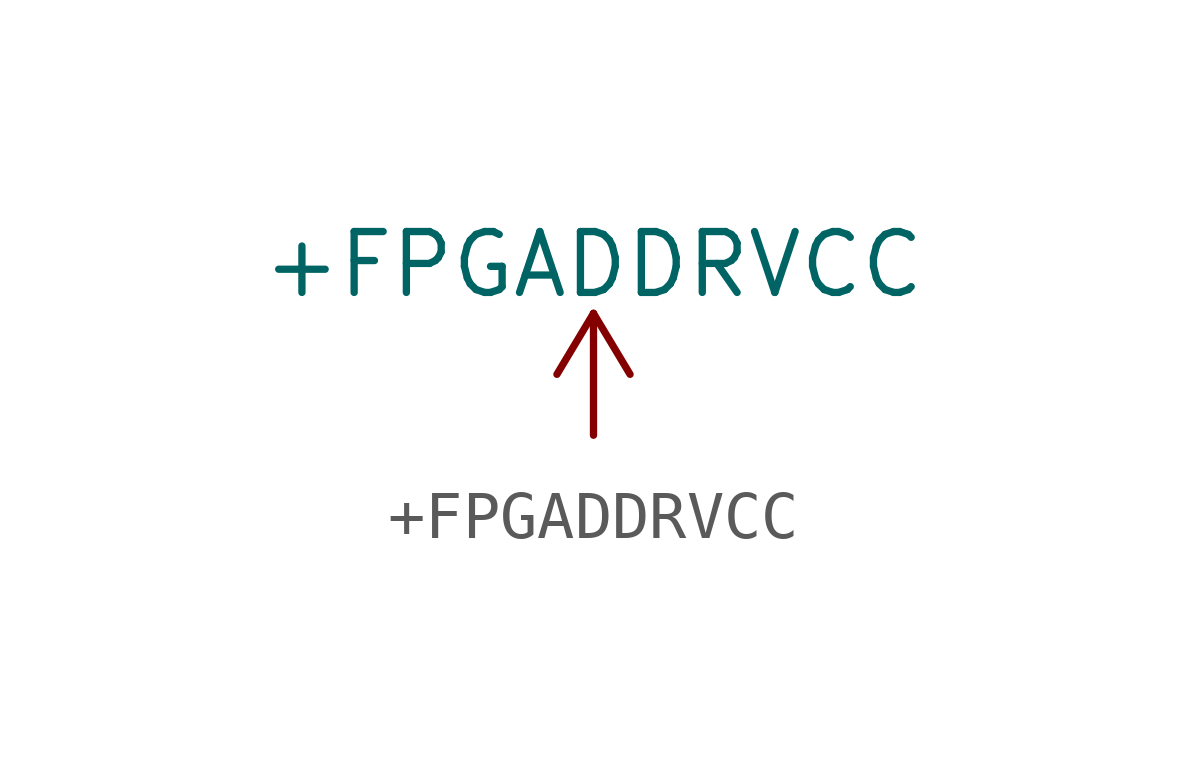
<source format=kicad_sym>
(kicad_symbol_lib
  (version 20220914)
  (generator kicad_symbol_editor)
  (symbol "+FPGADDRVCC"
    (power)
    (pin_names
      (offset 0))
    (property "Reference" "#PWRFPGADDRVCC"
      (at 0 -3.81 0)
      (effects (font (size 1.27 1.27)) hide))
    (property "Value" "+FPGADDRVCC"
      (at 0 3.556 0)
      (effects (font (size 1.27 1.27))))
    (symbol "+FPGADDRVCC_0_1"
      (polyline (pts (xy -0.762 1.27) (xy 0 2.54)) (stroke (width 0) (type default)) (fill (type none)))
      (polyline (pts (xy 0 0) (xy 0 2.54)) (stroke (width 0) (type default)) (fill (type none)))
      (polyline (pts (xy 0 2.54) (xy 0.762 1.27)) (stroke (width 0) (type default)) (fill (type none))))
    (symbol "+FPGADDRVCC_1_1"
      (pin power_in line (at 0 0 90) (length 0) hide (name "+FPGADDRVCC" (effects (font (size 1.27 1.27)))) (number "1" (effects (font (size 1.27 1.27))))))))
</source>
